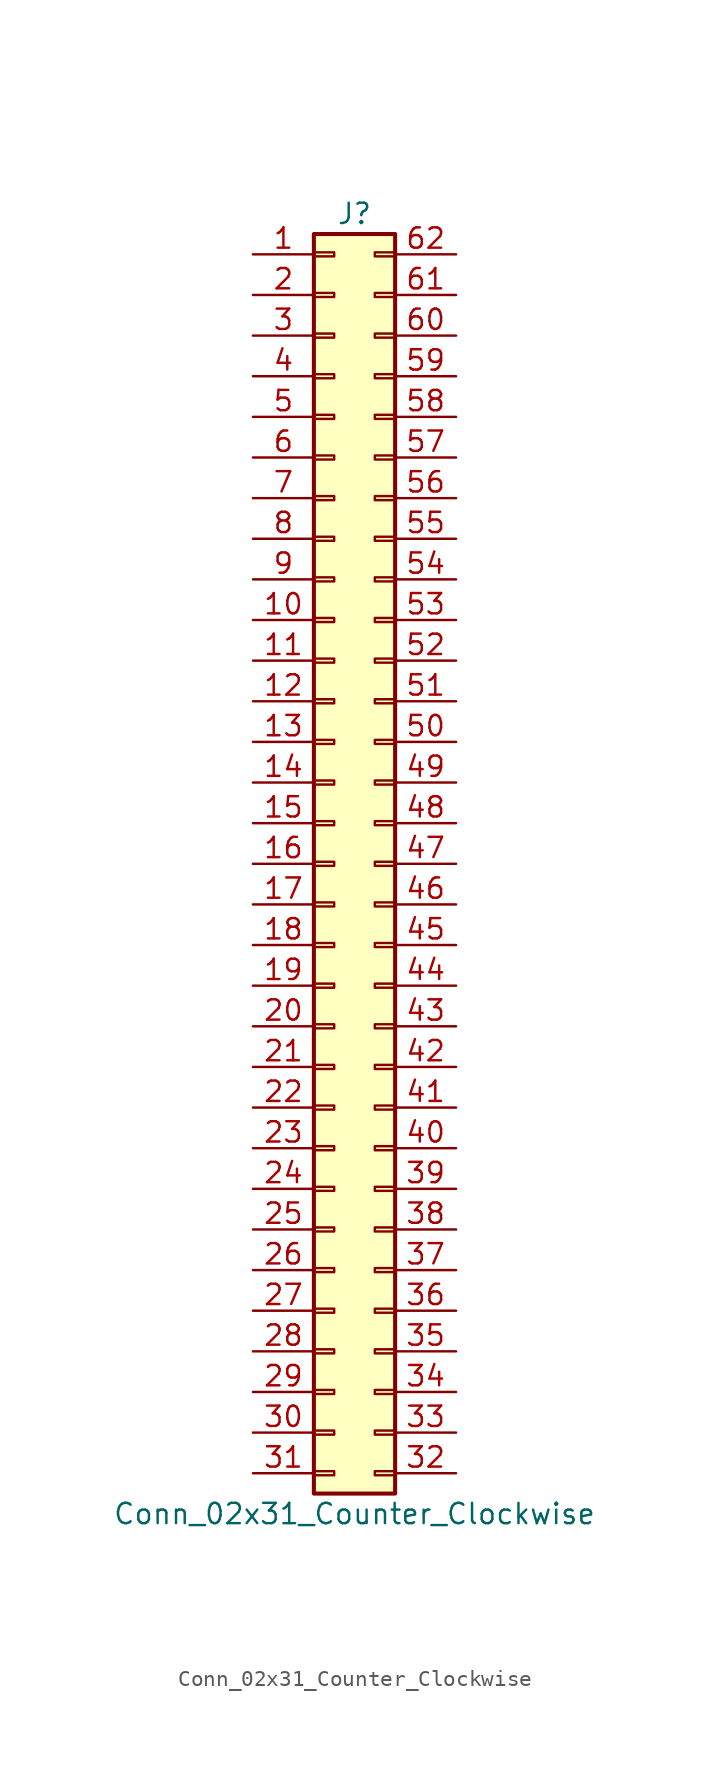
<source format=kicad_sym>
(kicad_symbol_lib
  (version 20220914)
  (generator kicad_symbol_editor)
  (symbol "Conn_02x31_Counter_Clockwise"
    (pin_names
      (offset 1.016) hide)
    (property "Reference" "J"
      (at 1.27 40.64 0)
      (effects (font (size 1.27 1.27))))
    (property "Value" "Conn_02x31_Counter_Clockwise"
      (at 1.27 -40.64 0)
      (effects (font (size 1.27 1.27))))
    (symbol "Conn_02x31_Counter_Clockwise_1_1"
      (rectangle (start -1.27 -37.973) (end 0 -38.227) (stroke (width 0.152) (type solid)) (fill (type none)))
      (rectangle (start -1.27 -35.433) (end 0 -35.687) (stroke (width 0.152) (type solid)) (fill (type none)))
      (rectangle (start -1.27 -32.893) (end 0 -33.147) (stroke (width 0.152) (type solid)) (fill (type none)))
      (rectangle (start -1.27 -30.353) (end 0 -30.607) (stroke (width 0.152) (type solid)) (fill (type none)))
      (rectangle (start -1.27 -27.813) (end 0 -28.067) (stroke (width 0.152) (type solid)) (fill (type none)))
      (rectangle (start -1.27 -25.273) (end 0 -25.527) (stroke (width 0.152) (type solid)) (fill (type none)))
      (rectangle (start -1.27 -22.733) (end 0 -22.987) (stroke (width 0.152) (type solid)) (fill (type none)))
      (rectangle (start -1.27 -20.193) (end 0 -20.447) (stroke (width 0.152) (type solid)) (fill (type none)))
      (rectangle (start -1.27 -17.653) (end 0 -17.907) (stroke (width 0.152) (type solid)) (fill (type none)))
      (rectangle (start -1.27 -15.113) (end 0 -15.367) (stroke (width 0.152) (type solid)) (fill (type none)))
      (rectangle (start -1.27 -12.573) (end 0 -12.827) (stroke (width 0.152) (type solid)) (fill (type none)))
      (rectangle (start -1.27 -10.033) (end 0 -10.287) (stroke (width 0.152) (type solid)) (fill (type none)))
      (rectangle (start -1.27 -7.493) (end 0 -7.747) (stroke (width 0.152) (type solid)) (fill (type none)))
      (rectangle (start -1.27 -4.953) (end 0 -5.207) (stroke (width 0.152) (type solid)) (fill (type none)))
      (rectangle (start -1.27 -2.413) (end 0 -2.667) (stroke (width 0.152) (type solid)) (fill (type none)))
      (rectangle (start -1.27 0.127) (end 0 -0.127) (stroke (width 0.152) (type solid)) (fill (type none)))
      (rectangle (start -1.27 2.667) (end 0 2.413) (stroke (width 0.152) (type solid)) (fill (type none)))
      (rectangle (start -1.27 5.207) (end 0 4.953) (stroke (width 0.152) (type solid)) (fill (type none)))
      (rectangle (start -1.27 7.747) (end 0 7.493) (stroke (width 0.152) (type solid)) (fill (type none)))
      (rectangle (start -1.27 10.287) (end 0 10.033) (stroke (width 0.152) (type solid)) (fill (type none)))
      (rectangle (start -1.27 12.827) (end 0 12.573) (stroke (width 0.152) (type solid)) (fill (type none)))
      (rectangle (start -1.27 15.367) (end 0 15.113) (stroke (width 0.152) (type solid)) (fill (type none)))
      (rectangle (start -1.27 17.907) (end 0 17.653) (stroke (width 0.152) (type solid)) (fill (type none)))
      (rectangle (start -1.27 20.447) (end 0 20.193) (stroke (width 0.152) (type solid)) (fill (type none)))
      (rectangle (start -1.27 22.987) (end 0 22.733) (stroke (width 0.152) (type solid)) (fill (type none)))
      (rectangle (start -1.27 25.527) (end 0 25.273) (stroke (width 0.152) (type solid)) (fill (type none)))
      (rectangle (start -1.27 28.067) (end 0 27.813) (stroke (width 0.152) (type solid)) (fill (type none)))
      (rectangle (start -1.27 30.607) (end 0 30.353) (stroke (width 0.152) (type solid)) (fill (type none)))
      (rectangle (start -1.27 33.147) (end 0 32.893) (stroke (width 0.152) (type solid)) (fill (type none)))
      (rectangle (start -1.27 35.687) (end 0 35.433) (stroke (width 0.152) (type solid)) (fill (type none)))
      (rectangle (start -1.27 38.227) (end 0 37.973) (stroke (width 0.152) (type solid)) (fill (type none)))
      (rectangle (start -1.27 39.37) (end 3.81 -39.37) (stroke (width 0.254) (type solid)) (fill (type background)))
      (rectangle (start 3.81 -37.973) (end 2.54 -38.227) (stroke (width 0.152) (type solid)) (fill (type none)))
      (rectangle (start 3.81 -35.433) (end 2.54 -35.687) (stroke (width 0.152) (type solid)) (fill (type none)))
      (rectangle (start 3.81 -32.893) (end 2.54 -33.147) (stroke (width 0.152) (type solid)) (fill (type none)))
      (rectangle (start 3.81 -30.353) (end 2.54 -30.607) (stroke (width 0.152) (type solid)) (fill (type none)))
      (rectangle (start 3.81 -27.813) (end 2.54 -28.067) (stroke (width 0.152) (type solid)) (fill (type none)))
      (rectangle (start 3.81 -25.273) (end 2.54 -25.527) (stroke (width 0.152) (type solid)) (fill (type none)))
      (rectangle (start 3.81 -22.733) (end 2.54 -22.987) (stroke (width 0.152) (type solid)) (fill (type none)))
      (rectangle (start 3.81 -20.193) (end 2.54 -20.447) (stroke (width 0.152) (type solid)) (fill (type none)))
      (rectangle (start 3.81 -17.653) (end 2.54 -17.907) (stroke (width 0.152) (type solid)) (fill (type none)))
      (rectangle (start 3.81 -15.113) (end 2.54 -15.367) (stroke (width 0.152) (type solid)) (fill (type none)))
      (rectangle (start 3.81 -12.573) (end 2.54 -12.827) (stroke (width 0.152) (type solid)) (fill (type none)))
      (rectangle (start 3.81 -10.033) (end 2.54 -10.287) (stroke (width 0.152) (type solid)) (fill (type none)))
      (rectangle (start 3.81 -7.493) (end 2.54 -7.747) (stroke (width 0.152) (type solid)) (fill (type none)))
      (rectangle (start 3.81 -4.953) (end 2.54 -5.207) (stroke (width 0.152) (type solid)) (fill (type none)))
      (rectangle (start 3.81 -2.413) (end 2.54 -2.667) (stroke (width 0.152) (type solid)) (fill (type none)))
      (rectangle (start 3.81 0.127) (end 2.54 -0.127) (stroke (width 0.152) (type solid)) (fill (type none)))
      (rectangle (start 3.81 2.667) (end 2.54 2.413) (stroke (width 0.152) (type solid)) (fill (type none)))
      (rectangle (start 3.81 5.207) (end 2.54 4.953) (stroke (width 0.152) (type solid)) (fill (type none)))
      (rectangle (start 3.81 7.747) (end 2.54 7.493) (stroke (width 0.152) (type solid)) (fill (type none)))
      (rectangle (start 3.81 10.287) (end 2.54 10.033) (stroke (width 0.152) (type solid)) (fill (type none)))
      (rectangle (start 3.81 12.827) (end 2.54 12.573) (stroke (width 0.152) (type solid)) (fill (type none)))
      (rectangle (start 3.81 15.367) (end 2.54 15.113) (stroke (width 0.152) (type solid)) (fill (type none)))
      (rectangle (start 3.81 17.907) (end 2.54 17.653) (stroke (width 0.152) (type solid)) (fill (type none)))
      (rectangle (start 3.81 20.447) (end 2.54 20.193) (stroke (width 0.152) (type solid)) (fill (type none)))
      (rectangle (start 3.81 22.987) (end 2.54 22.733) (stroke (width 0.152) (type solid)) (fill (type none)))
      (rectangle (start 3.81 25.527) (end 2.54 25.273) (stroke (width 0.152) (type solid)) (fill (type none)))
      (rectangle (start 3.81 28.067) (end 2.54 27.813) (stroke (width 0.152) (type solid)) (fill (type none)))
      (rectangle (start 3.81 30.607) (end 2.54 30.353) (stroke (width 0.152) (type solid)) (fill (type none)))
      (rectangle (start 3.81 33.147) (end 2.54 32.893) (stroke (width 0.152) (type solid)) (fill (type none)))
      (rectangle (start 3.81 35.687) (end 2.54 35.433) (stroke (width 0.152) (type solid)) (fill (type none)))
      (rectangle (start 3.81 38.227) (end 2.54 37.973) (stroke (width 0.152) (type solid)) (fill (type none)))
      (pin passive line (at -5.08 38.1 0) (length 3.81) (name "Pin_1" (effects (font (size 1.27 1.27)))) (number "1" (effects (font (size 1.27 1.27)))))
      (pin passive line (at -5.08 15.24 0) (length 3.81) (name "Pin_10" (effects (font (size 1.27 1.27)))) (number "10" (effects (font (size 1.27 1.27)))))
      (pin passive line (at -5.08 12.7 0) (length 3.81) (name "Pin_11" (effects (font (size 1.27 1.27)))) (number "11" (effects (font (size 1.27 1.27)))))
      (pin passive line (at -5.08 10.16 0) (length 3.81) (name "Pin_12" (effects (font (size 1.27 1.27)))) (number "12" (effects (font (size 1.27 1.27)))))
      (pin passive line (at -5.08 7.62 0) (length 3.81) (name "Pin_13" (effects (font (size 1.27 1.27)))) (number "13" (effects (font (size 1.27 1.27)))))
      (pin passive line (at -5.08 5.08 0) (length 3.81) (name "Pin_14" (effects (font (size 1.27 1.27)))) (number "14" (effects (font (size 1.27 1.27)))))
      (pin passive line (at -5.08 2.54 0) (length 3.81) (name "Pin_15" (effects (font (size 1.27 1.27)))) (number "15" (effects (font (size 1.27 1.27)))))
      (pin passive line (at -5.08 0 0) (length 3.81) (name "Pin_16" (effects (font (size 1.27 1.27)))) (number "16" (effects (font (size 1.27 1.27)))))
      (pin passive line (at -5.08 -2.54 0) (length 3.81) (name "Pin_17" (effects (font (size 1.27 1.27)))) (number "17" (effects (font (size 1.27 1.27)))))
      (pin passive line (at -5.08 -5.08 0) (length 3.81) (name "Pin_18" (effects (font (size 1.27 1.27)))) (number "18" (effects (font (size 1.27 1.27)))))
      (pin passive line (at -5.08 -7.62 0) (length 3.81) (name "Pin_19" (effects (font (size 1.27 1.27)))) (number "19" (effects (font (size 1.27 1.27)))))
      (pin passive line (at -5.08 35.56 0) (length 3.81) (name "Pin_2" (effects (font (size 1.27 1.27)))) (number "2" (effects (font (size 1.27 1.27)))))
      (pin passive line (at -5.08 -10.16 0) (length 3.81) (name "Pin_20" (effects (font (size 1.27 1.27)))) (number "20" (effects (font (size 1.27 1.27)))))
      (pin passive line (at -5.08 -12.7 0) (length 3.81) (name "Pin_21" (effects (font (size 1.27 1.27)))) (number "21" (effects (font (size 1.27 1.27)))))
      (pin passive line (at -5.08 -15.24 0) (length 3.81) (name "Pin_22" (effects (font (size 1.27 1.27)))) (number "22" (effects (font (size 1.27 1.27)))))
      (pin passive line (at -5.08 -17.78 0) (length 3.81) (name "Pin_23" (effects (font (size 1.27 1.27)))) (number "23" (effects (font (size 1.27 1.27)))))
      (pin passive line (at -5.08 -20.32 0) (length 3.81) (name "Pin_24" (effects (font (size 1.27 1.27)))) (number "24" (effects (font (size 1.27 1.27)))))
      (pin passive line (at -5.08 -22.86 0) (length 3.81) (name "Pin_25" (effects (font (size 1.27 1.27)))) (number "25" (effects (font (size 1.27 1.27)))))
      (pin passive line (at -5.08 -25.4 0) (length 3.81) (name "Pin_26" (effects (font (size 1.27 1.27)))) (number "26" (effects (font (size 1.27 1.27)))))
      (pin passive line (at -5.08 -27.94 0) (length 3.81) (name "Pin_27" (effects (font (size 1.27 1.27)))) (number "27" (effects (font (size 1.27 1.27)))))
      (pin passive line (at -5.08 -30.48 0) (length 3.81) (name "Pin_28" (effects (font (size 1.27 1.27)))) (number "28" (effects (font (size 1.27 1.27)))))
      (pin passive line (at -5.08 -33.02 0) (length 3.81) (name "Pin_29" (effects (font (size 1.27 1.27)))) (number "29" (effects (font (size 1.27 1.27)))))
      (pin passive line (at -5.08 33.02 0) (length 3.81) (name "Pin_3" (effects (font (size 1.27 1.27)))) (number "3" (effects (font (size 1.27 1.27)))))
      (pin passive line (at -5.08 -35.56 0) (length 3.81) (name "Pin_30" (effects (font (size 1.27 1.27)))) (number "30" (effects (font (size 1.27 1.27)))))
      (pin passive line (at -5.08 -38.1 0) (length 3.81) (name "Pin_31" (effects (font (size 1.27 1.27)))) (number "31" (effects (font (size 1.27 1.27)))))
      (pin passive line (at 7.62 -38.1 180) (length 3.81) (name "Pin_32" (effects (font (size 1.27 1.27)))) (number "32" (effects (font (size 1.27 1.27)))))
      (pin passive line (at 7.62 -35.56 180) (length 3.81) (name "Pin_33" (effects (font (size 1.27 1.27)))) (number "33" (effects (font (size 1.27 1.27)))))
      (pin passive line (at 7.62 -33.02 180) (length 3.81) (name "Pin_34" (effects (font (size 1.27 1.27)))) (number "34" (effects (font (size 1.27 1.27)))))
      (pin passive line (at 7.62 -30.48 180) (length 3.81) (name "Pin_35" (effects (font (size 1.27 1.27)))) (number "35" (effects (font (size 1.27 1.27)))))
      (pin passive line (at 7.62 -27.94 180) (length 3.81) (name "Pin_36" (effects (font (size 1.27 1.27)))) (number "36" (effects (font (size 1.27 1.27)))))
      (pin passive line (at 7.62 -25.4 180) (length 3.81) (name "Pin_37" (effects (font (size 1.27 1.27)))) (number "37" (effects (font (size 1.27 1.27)))))
      (pin passive line (at 7.62 -22.86 180) (length 3.81) (name "Pin_38" (effects (font (size 1.27 1.27)))) (number "38" (effects (font (size 1.27 1.27)))))
      (pin passive line (at 7.62 -20.32 180) (length 3.81) (name "Pin_39" (effects (font (size 1.27 1.27)))) (number "39" (effects (font (size 1.27 1.27)))))
      (pin passive line (at -5.08 30.48 0) (length 3.81) (name "Pin_4" (effects (font (size 1.27 1.27)))) (number "4" (effects (font (size 1.27 1.27)))))
      (pin passive line (at 7.62 -17.78 180) (length 3.81) (name "Pin_40" (effects (font (size 1.27 1.27)))) (number "40" (effects (font (size 1.27 1.27)))))
      (pin passive line (at 7.62 -15.24 180) (length 3.81) (name "Pin_41" (effects (font (size 1.27 1.27)))) (number "41" (effects (font (size 1.27 1.27)))))
      (pin passive line (at 7.62 -12.7 180) (length 3.81) (name "Pin_42" (effects (font (size 1.27 1.27)))) (number "42" (effects (font (size 1.27 1.27)))))
      (pin passive line (at 7.62 -10.16 180) (length 3.81) (name "Pin_43" (effects (font (size 1.27 1.27)))) (number "43" (effects (font (size 1.27 1.27)))))
      (pin passive line (at 7.62 -7.62 180) (length 3.81) (name "Pin_44" (effects (font (size 1.27 1.27)))) (number "44" (effects (font (size 1.27 1.27)))))
      (pin passive line (at 7.62 -5.08 180) (length 3.81) (name "Pin_45" (effects (font (size 1.27 1.27)))) (number "45" (effects (font (size 1.27 1.27)))))
      (pin passive line (at 7.62 -2.54 180) (length 3.81) (name "Pin_46" (effects (font (size 1.27 1.27)))) (number "46" (effects (font (size 1.27 1.27)))))
      (pin passive line (at 7.62 0 180) (length 3.81) (name "Pin_47" (effects (font (size 1.27 1.27)))) (number "47" (effects (font (size 1.27 1.27)))))
      (pin passive line (at 7.62 2.54 180) (length 3.81) (name "Pin_48" (effects (font (size 1.27 1.27)))) (number "48" (effects (font (size 1.27 1.27)))))
      (pin passive line (at 7.62 5.08 180) (length 3.81) (name "Pin_49" (effects (font (size 1.27 1.27)))) (number "49" (effects (font (size 1.27 1.27)))))
      (pin passive line (at -5.08 27.94 0) (length 3.81) (name "Pin_5" (effects (font (size 1.27 1.27)))) (number "5" (effects (font (size 1.27 1.27)))))
      (pin passive line (at 7.62 7.62 180) (length 3.81) (name "Pin_50" (effects (font (size 1.27 1.27)))) (number "50" (effects (font (size 1.27 1.27)))))
      (pin passive line (at 7.62 10.16 180) (length 3.81) (name "Pin_51" (effects (font (size 1.27 1.27)))) (number "51" (effects (font (size 1.27 1.27)))))
      (pin passive line (at 7.62 12.7 180) (length 3.81) (name "Pin_52" (effects (font (size 1.27 1.27)))) (number "52" (effects (font (size 1.27 1.27)))))
      (pin passive line (at 7.62 15.24 180) (length 3.81) (name "Pin_53" (effects (font (size 1.27 1.27)))) (number "53" (effects (font (size 1.27 1.27)))))
      (pin passive line (at 7.62 17.78 180) (length 3.81) (name "Pin_54" (effects (font (size 1.27 1.27)))) (number "54" (effects (font (size 1.27 1.27)))))
      (pin passive line (at 7.62 20.32 180) (length 3.81) (name "Pin_55" (effects (font (size 1.27 1.27)))) (number "55" (effects (font (size 1.27 1.27)))))
      (pin passive line (at 7.62 22.86 180) (length 3.81) (name "Pin_56" (effects (font (size 1.27 1.27)))) (number "56" (effects (font (size 1.27 1.27)))))
      (pin passive line (at 7.62 25.4 180) (length 3.81) (name "Pin_57" (effects (font (size 1.27 1.27)))) (number "57" (effects (font (size 1.27 1.27)))))
      (pin passive line (at 7.62 27.94 180) (length 3.81) (name "Pin_58" (effects (font (size 1.27 1.27)))) (number "58" (effects (font (size 1.27 1.27)))))
      (pin passive line (at 7.62 30.48 180) (length 3.81) (name "Pin_59" (effects (font (size 1.27 1.27)))) (number "59" (effects (font (size 1.27 1.27)))))
      (pin passive line (at -5.08 25.4 0) (length 3.81) (name "Pin_6" (effects (font (size 1.27 1.27)))) (number "6" (effects (font (size 1.27 1.27)))))
      (pin passive line (at 7.62 33.02 180) (length 3.81) (name "Pin_60" (effects (font (size 1.27 1.27)))) (number "60" (effects (font (size 1.27 1.27)))))
      (pin passive line (at 7.62 35.56 180) (length 3.81) (name "Pin_61" (effects (font (size 1.27 1.27)))) (number "61" (effects (font (size 1.27 1.27)))))
      (pin passive line (at 7.62 38.1 180) (length 3.81) (name "Pin_62" (effects (font (size 1.27 1.27)))) (number "62" (effects (font (size 1.27 1.27)))))
      (pin passive line (at -5.08 22.86 0) (length 3.81) (name "Pin_7" (effects (font (size 1.27 1.27)))) (number "7" (effects (font (size 1.27 1.27)))))
      (pin passive line (at -5.08 20.32 0) (length 3.81) (name "Pin_8" (effects (font (size 1.27 1.27)))) (number "8" (effects (font (size 1.27 1.27)))))
      (pin passive line (at -5.08 17.78 0) (length 3.81) (name "Pin_9" (effects (font (size 1.27 1.27)))) (number "9" (effects (font (size 1.27 1.27))))))))
</source>
